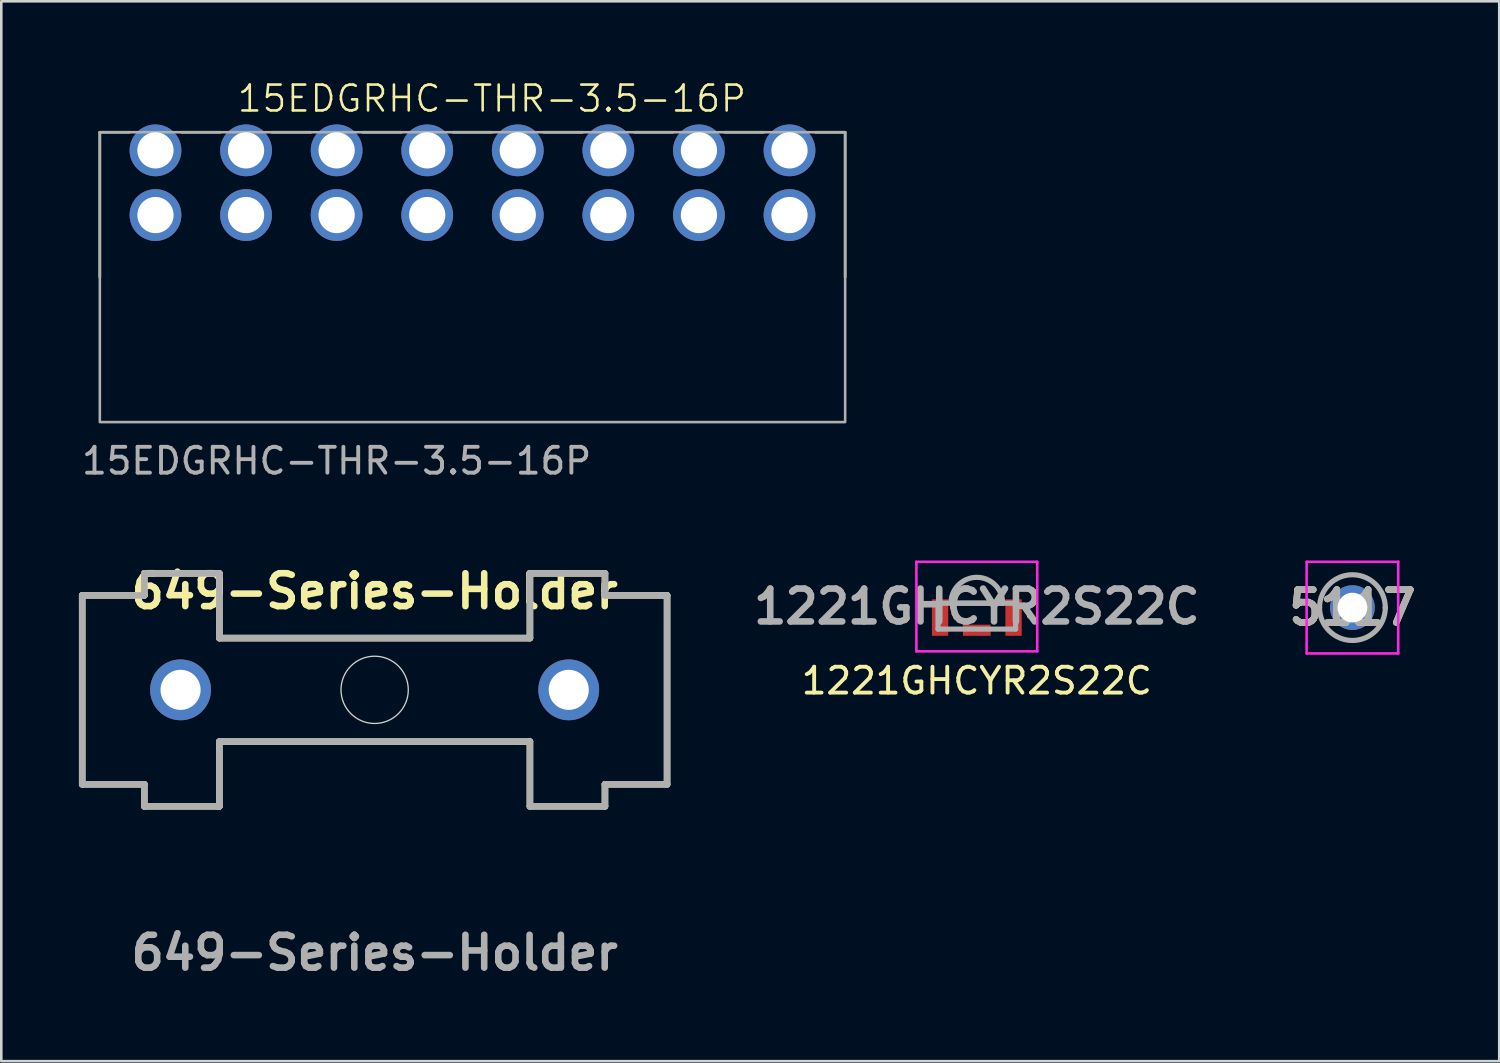
<source format=kicad_pcb>
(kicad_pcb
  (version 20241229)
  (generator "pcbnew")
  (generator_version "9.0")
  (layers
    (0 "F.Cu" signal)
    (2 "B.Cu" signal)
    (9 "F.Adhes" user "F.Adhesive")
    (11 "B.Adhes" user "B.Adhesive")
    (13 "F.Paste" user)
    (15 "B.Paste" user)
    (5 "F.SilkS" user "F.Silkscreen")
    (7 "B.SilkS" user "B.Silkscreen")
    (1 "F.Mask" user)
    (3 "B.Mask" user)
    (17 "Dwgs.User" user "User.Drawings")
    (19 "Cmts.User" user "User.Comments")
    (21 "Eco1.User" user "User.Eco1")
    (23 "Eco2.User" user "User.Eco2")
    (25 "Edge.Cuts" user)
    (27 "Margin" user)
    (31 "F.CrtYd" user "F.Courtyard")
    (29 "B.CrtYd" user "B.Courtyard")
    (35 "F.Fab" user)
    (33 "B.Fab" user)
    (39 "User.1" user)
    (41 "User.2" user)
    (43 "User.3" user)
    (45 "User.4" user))
  (footprint "649-Series-Holder"
    (layer "F.Cu")
    (at 11.427 23.607)
    (property "Reference" "649-Series-Holder" (at 0 -3.81 0) (layer "F.SilkS") (effects (font (size 1.27 1.27) (thickness 0.254))))
    (attr through_hole)
    (fp_line (start -11.3 -3.65) (end -11.3 3.65) (stroke (width 0.254) (type solid)) (layer "F.SilkS"))
    (fp_line (start -11.3 3.65) (end -8.9 3.65) (stroke (width 0.254) (type solid)) (layer "F.SilkS"))
    (fp_line (start -8.9 -4.5) (end -8.9 -3.65) (stroke (width 0.254) (type solid)) (layer "F.SilkS"))
    (fp_line (start -8.9 -3.65) (end -11.3 -3.65) (stroke (width 0.254) (type solid)) (layer "F.SilkS"))
    (fp_line (start -8.9 3.65) (end -8.9 4.5) (stroke (width 0.254) (type solid)) (layer "F.SilkS"))
    (fp_line (start -8.9 4.5) (end -6 4.5) (stroke (width 0.254) (type solid)) (layer "F.SilkS"))
    (fp_line (start -6 -4.5) (end -8.9 -4.5) (stroke (width 0.254) (type solid)) (layer "F.SilkS"))
    (fp_line (start -6 -2) (end -6 -4.5) (stroke (width 0.254) (type solid)) (layer "F.SilkS"))
    (fp_line (start -6 2) (end 6 2) (stroke (width 0.254) (type solid)) (layer "F.SilkS"))
    (fp_line (start -6 4.5) (end -6 2) (stroke (width 0.254) (type solid)) (layer "F.SilkS"))
    (fp_line (start 6 -4.5) (end 6 -2) (stroke (width 0.254) (type solid)) (layer "F.SilkS"))
    (fp_line (start 6 -2) (end -6 -2) (stroke (width 0.254) (type solid)) (layer "F.SilkS"))
    (fp_line (start 6 2) (end 6 4.5) (stroke (width 0.254) (type solid)) (layer "F.SilkS"))
    (fp_line (start 6 4.5) (end 8.9 4.5) (stroke (width 0.254) (type solid)) (layer "F.SilkS"))
    (fp_line (start 8.9 -4.5) (end 6 -4.5) (stroke (width 0.254) (type solid)) (layer "F.SilkS"))
    (fp_line (start 8.9 -3.65) (end 8.9 -4.5) (stroke (width 0.254) (type solid)) (layer "F.SilkS"))
    (fp_line (start 8.9 3.65) (end 11.3 3.65) (stroke (width 0.254) (type solid)) (layer "F.SilkS"))
    (fp_line (start 8.9 4.5) (end 8.9 3.65) (stroke (width 0.254) (type solid)) (layer "F.SilkS"))
    (fp_line (start 11.3 -3.65) (end 8.9 -3.65) (stroke (width 0.254) (type solid)) (layer "F.SilkS"))
    (fp_line (start 11.3 3.65) (end 11.3 -3.65) (stroke (width 0.254) (type solid)) (layer "F.SilkS"))
    (fp_circle (center 0 0) (end 1.3 0) (stroke (width 0.05) (type default)) (fill no) (layer "Edge.Cuts"))
    (fp_line (start -11.3 3.65) (end -11.3 -3.65) (stroke (width 0.254) (type solid)) (layer "F.Fab"))
    (fp_line (start -8.9 -4.5) (end -8.9 -3.65) (stroke (width 0.254) (type solid)) (layer "F.Fab"))
    (fp_line (start -8.9 -4.5) (end -6 -4.5) (stroke (width 0.254) (type solid)) (layer "F.Fab"))
    (fp_line (start -8.9 -3.65) (end -11.3 -3.65) (stroke (width 0.254) (type solid)) (layer "F.Fab"))
    (fp_line (start -8.9 3.65) (end -11.3 3.65) (stroke (width 0.254) (type solid)) (layer "F.Fab"))
    (fp_line (start -8.9 3.65) (end -8.9 4.5) (stroke (width 0.254) (type solid)) (layer "F.Fab"))
    (fp_line (start -8.9 4.5) (end -6 4.5) (stroke (width 0.254) (type solid)) (layer "F.Fab"))
    (fp_line (start -6 -4.5) (end -6 -2) (stroke (width 0.254) (type solid)) (layer "F.Fab"))
    (fp_line (start -6 -2) (end 6 -2) (stroke (width 0.254) (type solid)) (layer "F.Fab"))
    (fp_line (start -6 2) (end -6 4.5) (stroke (width 0.254) (type solid)) (layer "F.Fab"))
    (fp_line (start -6 2) (end 6 2) (stroke (width 0.254) (type solid)) (layer "F.Fab"))
    (fp_line (start 6 -2) (end 6 -4.5) (stroke (width 0.254) (type solid)) (layer "F.Fab"))
    (fp_line (start 6 4.5) (end 6 2) (stroke (width 0.254) (type solid)) (layer "F.Fab"))
    (fp_line (start 8.9 -4.5) (end 6 -4.5) (stroke (width 0.254) (type solid)) (layer "F.Fab"))
    (fp_line (start 8.9 -3.65) (end 8.9 -4.5) (stroke (width 0.254) (type solid)) (layer "F.Fab"))
    (fp_line (start 8.9 -3.65) (end 11.3 -3.65) (stroke (width 0.254) (type solid)) (layer "F.Fab"))
    (fp_line (start 8.9 3.65) (end 11.3 3.65) (stroke (width 0.254) (type solid)) (layer "F.Fab"))
    (fp_line (start 8.9 4.5) (end 6 4.5) (stroke (width 0.254) (type solid)) (layer "F.Fab"))
    (fp_line (start 8.9 4.5) (end 8.9 3.65) (stroke (width 0.254) (type solid)) (layer "F.Fab"))
    (fp_line (start 11.3 -3.65) (end 11.3 3.65) (stroke (width 0.254) (type solid)) (layer "F.Fab"))
    (fp_text user "${REFERENCE}" (at 0 10.16 0) (layer "F.Fab") (effects (font (size 1.27 1.27) (thickness 0.254))))
    (pad "1" thru_hole circle (at -7.5 0) (size 2.35 2.35) (drill 1.55) (layers "*.Cu" "*.Mask"))
    (pad "2" thru_hole circle (at 7.5 0) (size 2.35 2.35) (drill 1.55) (layers "*.Cu" "*.Mask")))
  (footprint "5117"
    (layer "F.Cu")
    (at 49.21 20.429)
    (property "Reference" "5117" (at 0 0 0) (layer "F.SilkS") (effects (font (size 1.27 1.27) (thickness 0.254))))
    (attr through_hole)
    (fp_line (start -1.27 0) (end -1.27 0) (stroke (width 0.1) (type solid)) (layer "F.SilkS"))
    (fp_line (start 1.27 0) (end 1.27 0) (stroke (width 0.1) (type solid)) (layer "F.SilkS"))
    (fp_arc (start -1.27 0) (mid 0 -1.27) (end 1.27 0) (stroke (width 0.1) (type solid)) (layer "F.SilkS"))
    (fp_arc (start 1.27 0) (mid 0 1.27) (end -1.27 0) (stroke (width 0.1) (type solid)) (layer "F.SilkS"))
    (fp_line (start -1.77 -1.77) (end 1.77 -1.77) (stroke (width 0.1) (type solid)) (layer "F.CrtYd"))
    (fp_line (start -1.77 1.77) (end -1.77 -1.77) (stroke (width 0.1) (type solid)) (layer "F.CrtYd"))
    (fp_line (start 1.77 -1.77) (end 1.77 1.77) (stroke (width 0.1) (type solid)) (layer "F.CrtYd"))
    (fp_line (start 1.77 1.77) (end -1.77 1.77) (stroke (width 0.1) (type solid)) (layer "F.CrtYd"))
    (fp_line (start -1.27 0) (end -1.27 0) (stroke (width 0.2) (type solid)) (layer "F.Fab"))
    (fp_line (start 1.27 0) (end 1.27 0) (stroke (width 0.2) (type solid)) (layer "F.Fab"))
    (fp_arc (start -1.27 0) (mid 0 -1.27) (end 1.27 0) (stroke (width 0.2) (type solid)) (layer "F.Fab"))
    (fp_arc (start 1.27 0) (mid 0 1.27) (end -1.27 0) (stroke (width 0.2) (type solid)) (layer "F.Fab"))
    (fp_text user "${REFERENCE}" (at 0 0 0) (layer "F.Fab") (effects (font (size 1.27 1.27) (thickness 0.254))))
    (pad "1" thru_hole circle (at 0 0) (size 1.725 1.725) (drill 1.15) (layers "*.Cu" "*.Mask")))
  (footprint "1221GHCYR2S22C"
    (layer "F.Cu")
    (at 34.696 20.259)
    (property "Reference" "1221GHCYR2S22C" (at 0 3 0) (layer "F.SilkS") (effects (font (size 1 1) (thickness 0.15))))
    (attr smd)
    (fp_line (start -0.75 0) (end 0.75 0) (stroke (width 0.1) (type solid)) (layer "F.SilkS"))
    (fp_line (start 2 0.5) (end 2 0.5) (stroke (width 0.1) (type solid)) (layer "F.SilkS"))
    (fp_line (start 2.1 0.5) (end 2.1 0.5) (stroke (width 0.1) (type solid)) (layer "F.SilkS"))
    (fp_arc (start 2 0.5) (mid 2.05 0.45) (end 2.1 0.5) (stroke (width 0.1) (type solid)) (layer "F.SilkS"))
    (fp_arc (start 2.1 0.5) (mid 2.05 0.55) (end 2 0.5) (stroke (width 0.1) (type solid)) (layer "F.SilkS"))
    (fp_line (start -2.335 -1.6) (end 2.335 -1.6) (stroke (width 0.1) (type solid)) (layer "F.CrtYd"))
    (fp_line (start -2.335 1.86) (end -2.335 -1.6) (stroke (width 0.1) (type solid)) (layer "F.CrtYd"))
    (fp_line (start 2.335 -1.6) (end 2.335 1.86) (stroke (width 0.1) (type solid)) (layer "F.CrtYd"))
    (fp_line (start 2.335 1.86) (end -2.335 1.86) (stroke (width 0.1) (type solid)) (layer "F.CrtYd"))
    (fp_line (start -1.5 0) (end 1.5 0) (stroke (width 0.2) (type solid)) (layer "F.Fab"))
    (fp_line (start -1.5 1) (end -1.5 0) (stroke (width 0.2) (type solid)) (layer "F.Fab"))
    (fp_line (start -1 0) (end 1 0) (stroke (width 0.2) (type solid)) (layer "F.Fab"))
    (fp_line (start 1 0) (end 1 0) (stroke (width 0.2) (type solid)) (layer "F.Fab"))
    (fp_line (start 1.5 0) (end 1.5 1) (stroke (width 0.2) (type solid)) (layer "F.Fab"))
    (fp_line (start 1.5 1) (end -1.5 1) (stroke (width 0.2) (type solid)) (layer "F.Fab"))
    (fp_arc (start -1 0) (mid 0 -1) (end 1 0) (stroke (width 0.2) (type solid)) (layer "F.Fab"))
    (fp_text user "${REFERENCE}" (at 0 0.13 0) (layer "F.Fab") (effects (font (size 1.27 1.27) (thickness 0.254))))
    (pad "1" smd rect (at 1.42 0.555) (size 0.63 1.41) (layers "F.Cu" "F.Mask" "F.Paste"))
    (pad "2" smd rect (at -1.42 0.555) (size 0.63 1.41) (layers "F.Cu" "F.Mask" "F.Paste"))
    (pad "3" smd rect (at 0 1.045 90) (size 0.43 1.07) (layers "F.Cu" "F.Mask" "F.Paste")))
  (footprint "15EDGRHC-THR-3.5-16P"
    (layer "F.Cu")
    (at 9.958 2.76)
    (property "Reference" "15EDGRHC-THR-3.5-16P" (at 6 -2 0) (unlocked yes) (layer "F.SilkS") (effects (font (size 1 1) (thickness 0.1))))
    (attr through_hole)
    (fp_line (start -9.15 -0.7) (end -8 -0.7) (stroke (width 0.1) (type default)) (layer "F.SilkS"))
    (fp_line (start -9.15 4.9) (end -9.15 -0.7) (stroke (width 0.1) (type default)) (layer "F.SilkS"))
    (fp_line (start -6 -0.7) (end -4.5 -0.7) (stroke (width 0.1) (type default)) (layer "F.SilkS"))
    (fp_line (start -2.5 -0.7) (end -1 -0.7) (stroke (width 0.1) (type default)) (layer "F.SilkS"))
    (fp_line (start 1 -0.7) (end 2.5 -0.7) (stroke (width 0.1) (type default)) (layer "F.SilkS"))
    (fp_line (start 4.5 -0.7) (end 6 -0.7) (stroke (width 0.1) (type default)) (layer "F.SilkS"))
    (fp_line (start 8 -0.7) (end 9.5 -0.7) (stroke (width 0.1) (type default)) (layer "F.SilkS"))
    (fp_line (start 11.5 -0.7) (end 13 -0.7) (stroke (width 0.1) (type default)) (layer "F.SilkS"))
    (fp_line (start 15 -0.7) (end 16.5 -0.7) (stroke (width 0.1) (type default)) (layer "F.SilkS"))
    (fp_line (start 18.5 -0.7) (end 19.65 -0.7) (stroke (width 0.1) (type default)) (layer "F.SilkS"))
    (fp_line (start 19.65 -0.7) (end 19.65 4.9) (stroke (width 0.1) (type default)) (layer "F.SilkS"))
    (fp_rect (start -9.15 -0.7) (end 19.65 10.5) (stroke (width 0.1) (type default)) (fill no) (layer "F.Fab"))
    (fp_text user "${REFERENCE}" (at 0 12 0) (unlocked yes) (layer "F.Fab") (effects (font (size 1 1) (thickness 0.15))))
    (pad "1" thru_hole circle (at -7 0) (size 2 2) (drill 1.4) (layers "*.Cu" "*.Mask"))
    (pad "2" thru_hole circle (at -3.5 0) (size 2 2) (drill 1.4) (layers "*.Cu" "*.Mask"))
    (pad "3" thru_hole circle (at 0 0) (size 2 2) (drill 1.4) (layers "*.Cu" "*.Mask"))
    (pad "4" thru_hole circle (at 3.5 0) (size 2 2) (drill 1.4) (layers "*.Cu" "*.Mask"))
    (pad "5" thru_hole circle (at 7 0) (size 2 2) (drill 1.4) (layers "*.Cu" "*.Mask"))
    (pad "6" thru_hole circle (at 10.5 0) (size 2 2) (drill 1.4) (layers "*.Cu" "*.Mask"))
    (pad "7" thru_hole circle (at 14 0) (size 2 2) (drill 1.4) (layers "*.Cu" "*.Mask"))
    (pad "8" thru_hole circle (at 17.5 0) (size 2 2) (drill 1.4) (layers "*.Cu" "*.Mask"))
    (pad "9" thru_hole circle (at -7 2.5) (size 2 2) (drill 1.4) (layers "*.Cu" "*.Mask"))
    (pad "10" thru_hole circle (at -3.5 2.5) (size 2 2) (drill 1.4) (layers "*.Cu" "*.Mask"))
    (pad "11" thru_hole circle (at 0 2.5) (size 2 2) (drill 1.4) (layers "*.Cu" "*.Mask"))
    (pad "12" thru_hole circle (at 3.5 2.5) (size 2 2) (drill 1.4) (layers "*.Cu" "*.Mask"))
    (pad "13" thru_hole circle (at 7 2.5) (size 2 2) (drill 1.4) (layers "*.Cu" "*.Mask"))
    (pad "14" thru_hole circle (at 10.5 2.5) (size 2 2) (drill 1.4) (layers "*.Cu" "*.Mask"))
    (pad "15" thru_hole circle (at 14 2.5) (size 2 2) (drill 1.4) (layers "*.Cu" "*.Mask"))
    (pad "16" thru_hole circle (at 17.5 2.5) (size 2 2) (drill 1.4) (layers "*.Cu" "*.Mask")))
  (gr_rect
    (start -3 -3)
    (end 54.883 37.956)
    (stroke (width 0.1) (type default))
    (fill no)
    (layer "Edge.Cuts")))
</source>
